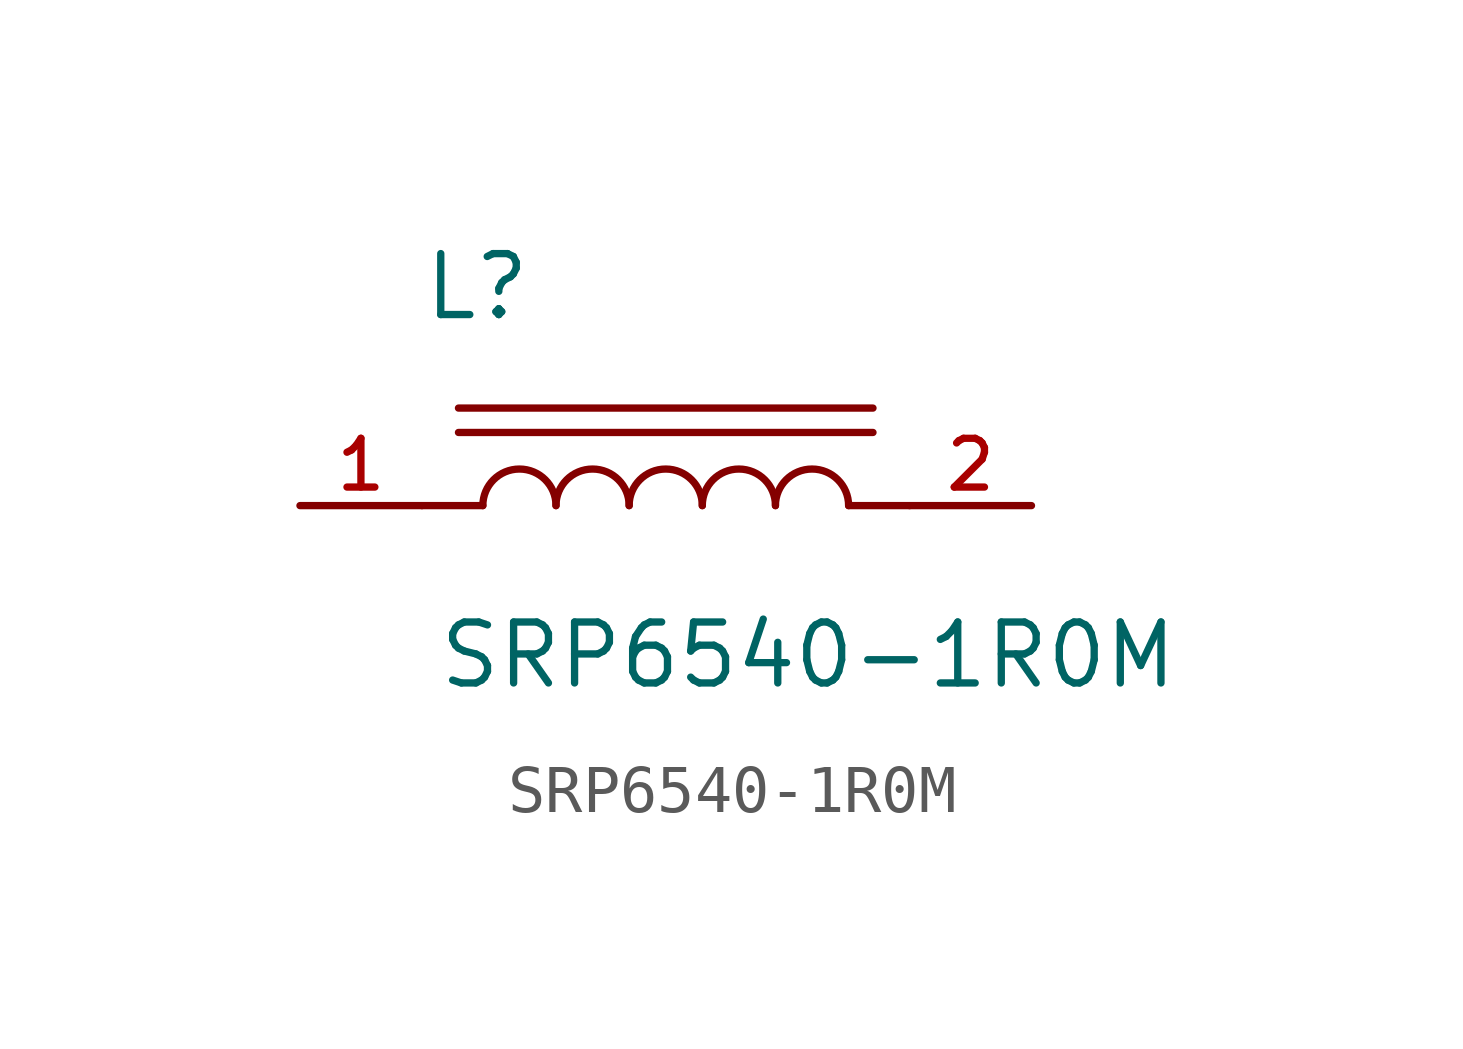
<source format=kicad_sym>
(kicad_symbol_lib
  (version 20211014)
  (generator kicad_symbol_editor)
  (symbol "SRP6540-1R0M"
    (pin_names
      (offset 1.016))
    (property "Reference" "L"
      (at -5.089 3.817 0)
      (effects (font (size 1.27 1.27)) (justify bottom left)))
    (property "Value" "SRP6540-1R0M"
      (at -4.781 -3.858 0)
      (effects (font (size 1.27 1.27)) (justify bottom left)))
    (symbol "SRP6540-1R0M_0_0"
      (polyline (pts (xy 4.318 1.524) (xy -4.318 1.524)) (stroke (width 0.152)))
      (polyline (pts (xy 4.318 2.032) (xy -4.318 2.032)) (stroke (width 0.152)))
      (arc (start -3.81 0.0) (mid -3.048 0.762) (end -2.286 0.0) (stroke (width 0.1524) (type default) (color 0 0 0 0)) (fill (type none)))
      (arc (start -2.286 0.0) (mid -1.524 0.762) (end -0.762 0.0) (stroke (width 0.1524) (type default) (color 0 0 0 0)) (fill (type none)))
      (arc (start -0.762 0.0) (mid 0.0 0.762) (end 0.762 0.0) (stroke (width 0.1524) (type default) (color 0 0 0 0)) (fill (type none)))
      (arc (start 0.762 0.0) (mid 1.524 0.762) (end 2.286 0.0) (stroke (width 0.1524) (type default) (color 0 0 0 0)) (fill (type none)))
      (arc (start 2.286 0.0) (mid 3.048 0.762) (end 3.81 0.0) (stroke (width 0.1524) (type default) (color 0 0 0 0)) (fill (type none)))
      (polyline (pts (xy -3.81 0.0) (xy -5.08 0.0)) (stroke (width 0.152)))
      (polyline (pts (xy 3.81 0.0) (xy 5.08 0.0)) (stroke (width 0.152)))
      (pin passive line (at -7.62 0.0 0) (length 2.54) (name "~" (effects (font (size 1.016 1.016)))) (number "1" (effects (font (size 1.016 1.016)))))
      (pin passive line (at 7.62 0.0 180.0) (length 2.54) (name "~" (effects (font (size 1.016 1.016)))) (number "2" (effects (font (size 1.016 1.016))))))))
</source>
